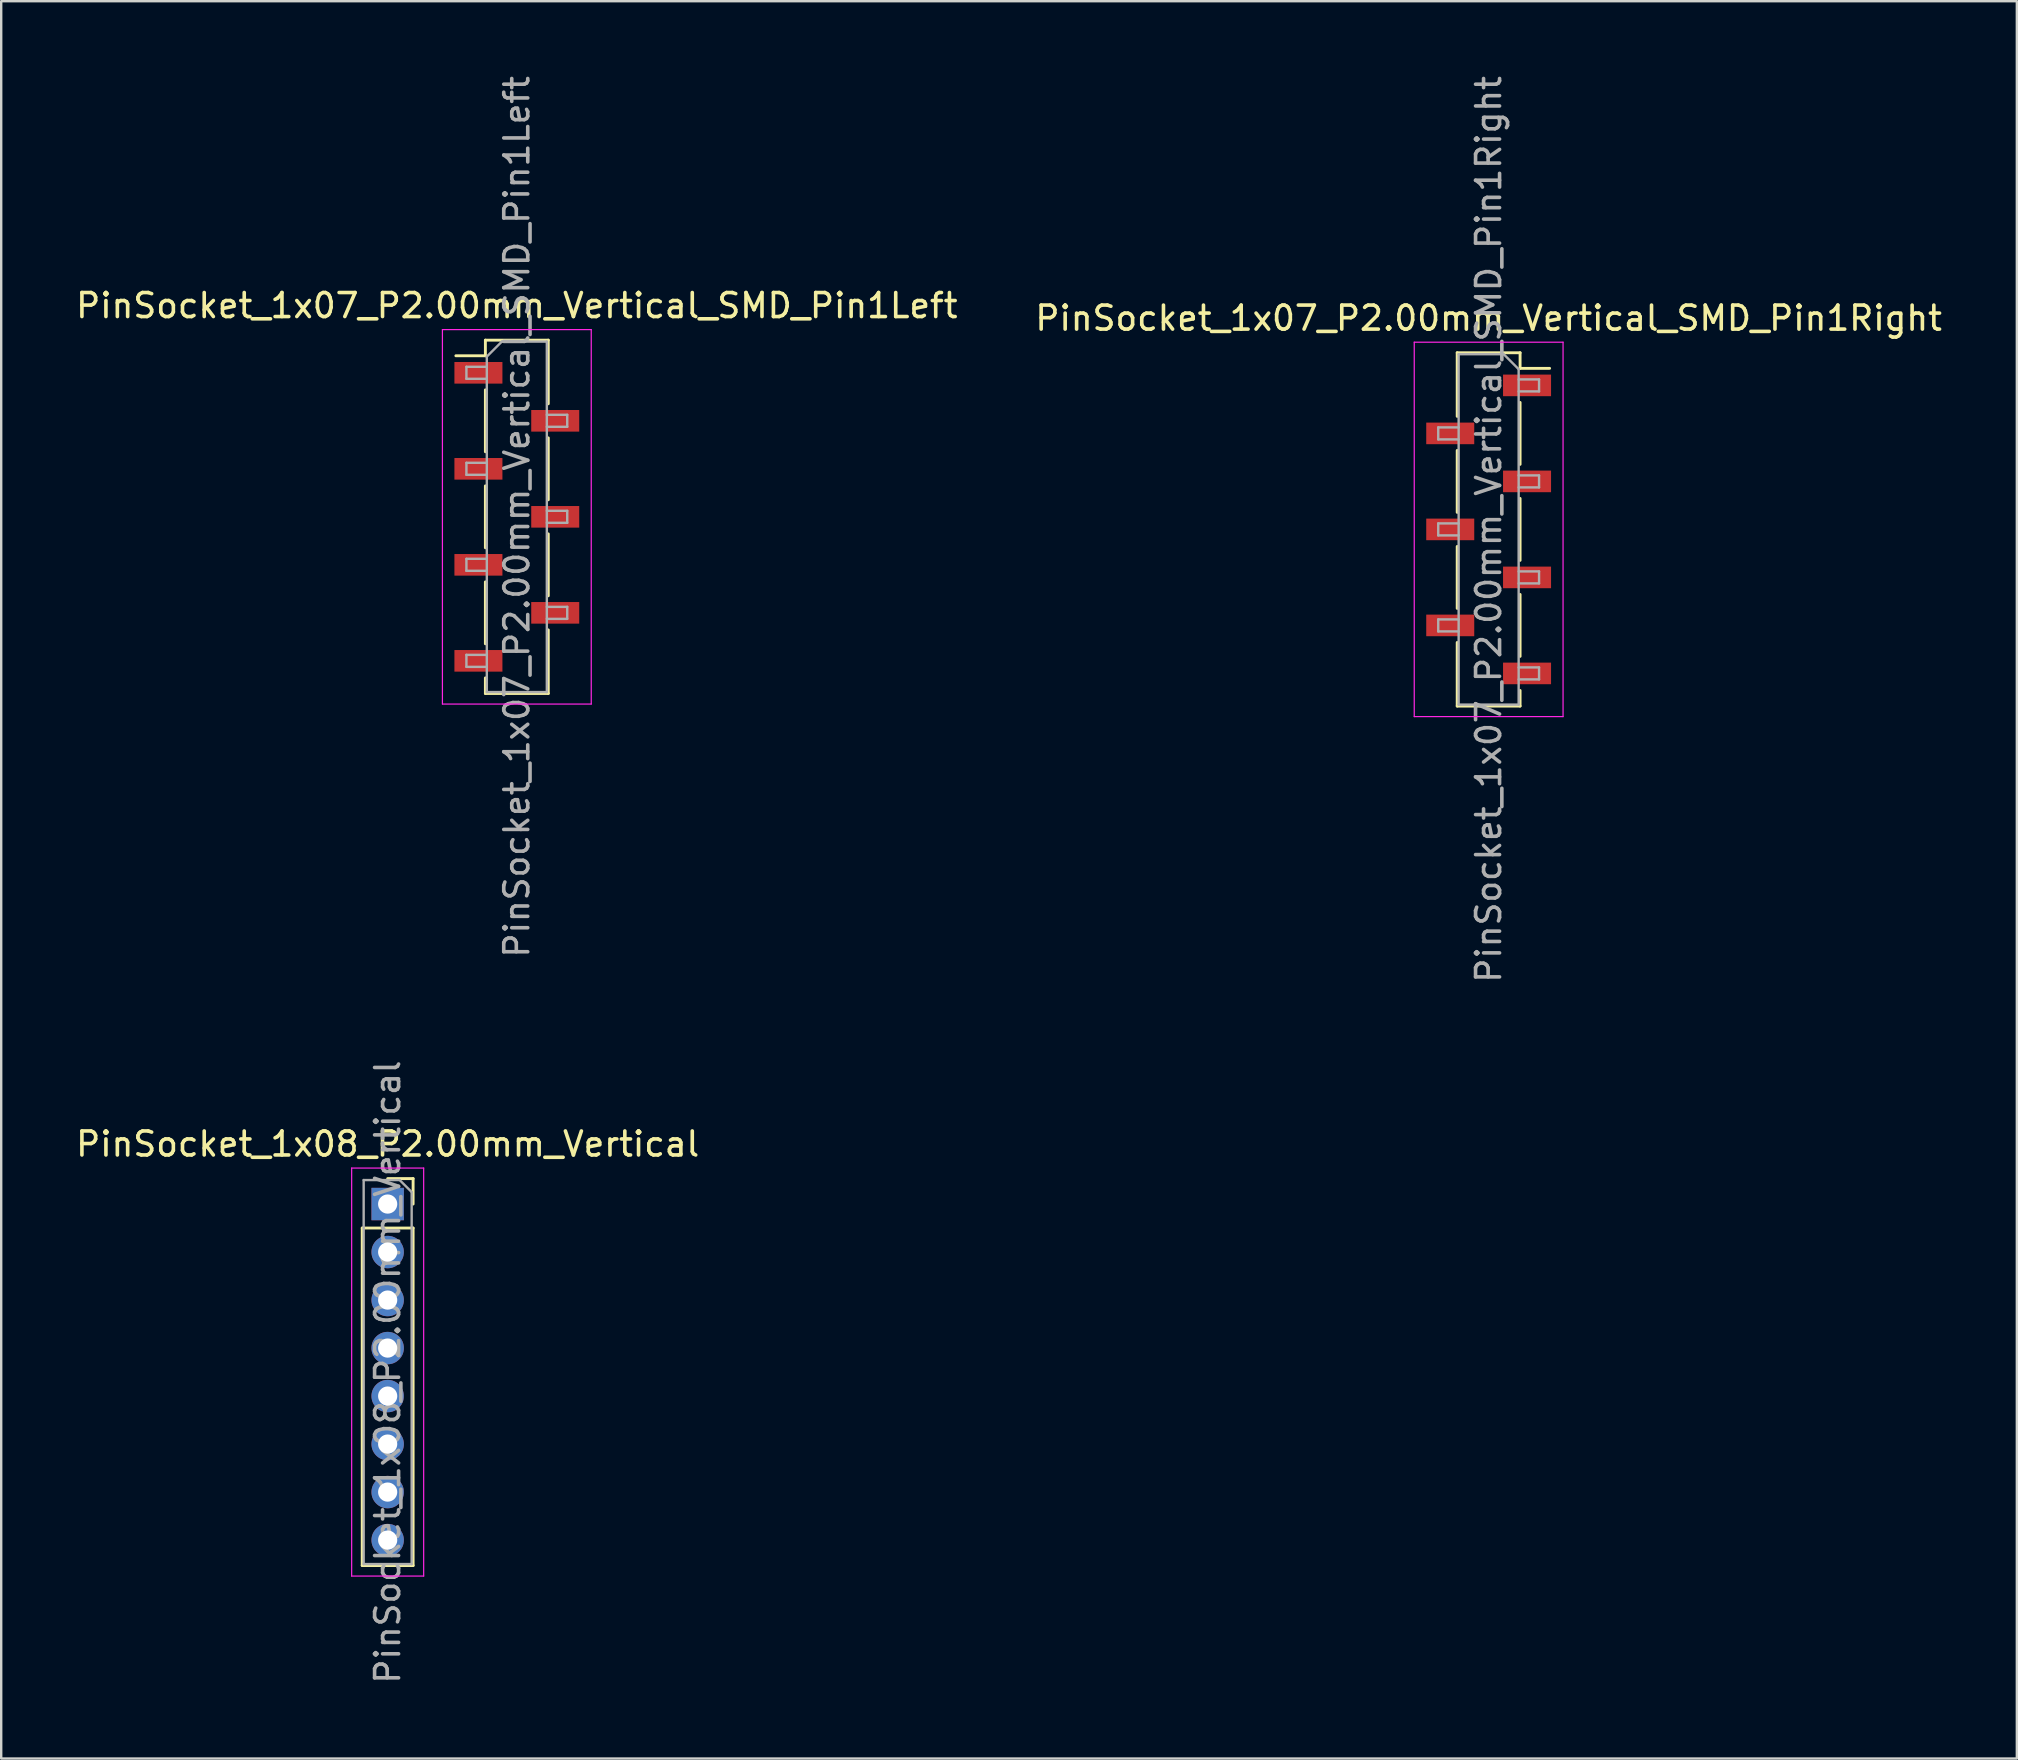
<source format=kicad_pcb>
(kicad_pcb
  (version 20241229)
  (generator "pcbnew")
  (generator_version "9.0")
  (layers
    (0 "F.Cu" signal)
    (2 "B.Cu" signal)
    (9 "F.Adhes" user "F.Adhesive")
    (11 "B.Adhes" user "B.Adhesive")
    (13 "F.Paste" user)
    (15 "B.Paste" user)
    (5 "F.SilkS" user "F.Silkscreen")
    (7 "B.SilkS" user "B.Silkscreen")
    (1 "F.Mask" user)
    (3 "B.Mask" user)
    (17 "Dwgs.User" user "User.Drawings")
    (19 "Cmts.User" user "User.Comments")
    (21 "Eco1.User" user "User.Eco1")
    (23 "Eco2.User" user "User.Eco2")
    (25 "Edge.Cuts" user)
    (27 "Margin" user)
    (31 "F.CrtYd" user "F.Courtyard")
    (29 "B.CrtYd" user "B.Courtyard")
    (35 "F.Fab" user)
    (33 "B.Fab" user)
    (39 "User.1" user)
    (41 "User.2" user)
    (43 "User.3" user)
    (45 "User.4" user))
  (footprint "PinSocket_1x07_P2.00mm_Vertical_SMD_Pin1Left"
    (layer "F.Cu")
    (at 18.482 18.482)
    (property "Reference" "PinSocket_1x07_P2.00mm_Vertical_SMD_Pin1Left" (at 0 -8.8 0) (layer "F.SilkS") (effects (font (size 1 1) (thickness 0.15))))
    (attr smd)
    (fp_line (start -2.54 -6.71) (end -1.31 -6.71) (stroke (width 0.12) (type solid)) (layer "F.SilkS"))
    (fp_line (start -1.31 -7.36) (end -1.31 -6.71) (stroke (width 0.12) (type solid)) (layer "F.SilkS"))
    (fp_line (start -1.31 -7.36) (end 1.31 -7.36) (stroke (width 0.12) (type solid)) (layer "F.SilkS"))
    (fp_line (start -1.31 -5.29) (end -1.31 -2.71) (stroke (width 0.12) (type solid)) (layer "F.SilkS"))
    (fp_line (start -1.31 -1.29) (end -1.31 1.29) (stroke (width 0.12) (type solid)) (layer "F.SilkS"))
    (fp_line (start -1.31 2.71) (end -1.31 5.29) (stroke (width 0.12) (type solid)) (layer "F.SilkS"))
    (fp_line (start -1.31 6.71) (end -1.31 7.36) (stroke (width 0.12) (type solid)) (layer "F.SilkS"))
    (fp_line (start -1.31 7.36) (end 1.31 7.36) (stroke (width 0.12) (type solid)) (layer "F.SilkS"))
    (fp_line (start 1.31 -7.36) (end 1.31 -4.71) (stroke (width 0.12) (type solid)) (layer "F.SilkS"))
    (fp_line (start 1.31 -3.29) (end 1.31 -0.71) (stroke (width 0.12) (type solid)) (layer "F.SilkS"))
    (fp_line (start 1.31 0.71) (end 1.31 3.29) (stroke (width 0.12) (type solid)) (layer "F.SilkS"))
    (fp_line (start 1.31 4.71) (end 1.31 7.36) (stroke (width 0.12) (type solid)) (layer "F.SilkS"))
    (fp_line (start -3.1 -7.8) (end 3.1 -7.8) (stroke (width 0.05) (type solid)) (layer "F.CrtYd"))
    (fp_line (start -3.1 7.8) (end -3.1 -7.8) (stroke (width 0.05) (type solid)) (layer "F.CrtYd"))
    (fp_line (start 3.1 -7.8) (end 3.1 7.8) (stroke (width 0.05) (type solid)) (layer "F.CrtYd"))
    (fp_line (start 3.1 7.8) (end -3.1 7.8) (stroke (width 0.05) (type solid)) (layer "F.CrtYd"))
    (fp_line (start -2.1 -6.25) (end -1.25 -6.25) (stroke (width 0.1) (type solid)) (layer "F.Fab"))
    (fp_line (start -2.1 -5.75) (end -2.1 -6.25) (stroke (width 0.1) (type solid)) (layer "F.Fab"))
    (fp_line (start -2.1 -2.25) (end -1.25 -2.25) (stroke (width 0.1) (type solid)) (layer "F.Fab"))
    (fp_line (start -2.1 -1.75) (end -2.1 -2.25) (stroke (width 0.1) (type solid)) (layer "F.Fab"))
    (fp_line (start -2.1 1.75) (end -1.25 1.75) (stroke (width 0.1) (type solid)) (layer "F.Fab"))
    (fp_line (start -2.1 2.25) (end -2.1 1.75) (stroke (width 0.1) (type solid)) (layer "F.Fab"))
    (fp_line (start -2.1 5.75) (end -1.25 5.75) (stroke (width 0.1) (type solid)) (layer "F.Fab"))
    (fp_line (start -2.1 6.25) (end -2.1 5.75) (stroke (width 0.1) (type solid)) (layer "F.Fab"))
    (fp_line (start -1.25 -6.675) (end -0.625 -7.3) (stroke (width 0.1) (type solid)) (layer "F.Fab"))
    (fp_line (start -1.25 -5.75) (end -2.1 -5.75) (stroke (width 0.1) (type solid)) (layer "F.Fab"))
    (fp_line (start -1.25 -1.75) (end -2.1 -1.75) (stroke (width 0.1) (type solid)) (layer "F.Fab"))
    (fp_line (start -1.25 2.25) (end -2.1 2.25) (stroke (width 0.1) (type solid)) (layer "F.Fab"))
    (fp_line (start -1.25 6.25) (end -2.1 6.25) (stroke (width 0.1) (type solid)) (layer "F.Fab"))
    (fp_line (start -1.25 7.3) (end -1.25 -6.675) (stroke (width 0.1) (type solid)) (layer "F.Fab"))
    (fp_line (start -0.625 -7.3) (end 1.25 -7.3) (stroke (width 0.1) (type solid)) (layer "F.Fab"))
    (fp_line (start 1.25 -7.3) (end 1.25 7.3) (stroke (width 0.1) (type solid)) (layer "F.Fab"))
    (fp_line (start 1.25 -4.25) (end 2.1 -4.25) (stroke (width 0.1) (type solid)) (layer "F.Fab"))
    (fp_line (start 1.25 -0.25) (end 2.1 -0.25) (stroke (width 0.1) (type solid)) (layer "F.Fab"))
    (fp_line (start 1.25 3.75) (end 2.1 3.75) (stroke (width 0.1) (type solid)) (layer "F.Fab"))
    (fp_line (start 1.25 7.3) (end -1.25 7.3) (stroke (width 0.1) (type solid)) (layer "F.Fab"))
    (fp_line (start 2.1 -4.25) (end 2.1 -3.75) (stroke (width 0.1) (type solid)) (layer "F.Fab"))
    (fp_line (start 2.1 -3.75) (end 1.25 -3.75) (stroke (width 0.1) (type solid)) (layer "F.Fab"))
    (fp_line (start 2.1 -0.25) (end 2.1 0.25) (stroke (width 0.1) (type solid)) (layer "F.Fab"))
    (fp_line (start 2.1 0.25) (end 1.25 0.25) (stroke (width 0.1) (type solid)) (layer "F.Fab"))
    (fp_line (start 2.1 3.75) (end 2.1 4.25) (stroke (width 0.1) (type solid)) (layer "F.Fab"))
    (fp_line (start 2.1 4.25) (end 1.25 4.25) (stroke (width 0.1) (type solid)) (layer "F.Fab"))
    (fp_text user "${REFERENCE}" (at 0 0 90) (layer "F.Fab") (effects (font (size 1 1) (thickness 0.15))))
    (pad "1" smd rect (at -1.6 -6) (size 2 0.9) (layers "F.Cu" "F.Mask" "F.Paste"))
    (pad "2" smd rect (at 1.6 -4) (size 2 0.9) (layers "F.Cu" "F.Mask" "F.Paste"))
    (pad "3" smd rect (at -1.6 -2) (size 2 0.9) (layers "F.Cu" "F.Mask" "F.Paste"))
    (pad "4" smd rect (at 1.6 0) (size 2 0.9) (layers "F.Cu" "F.Mask" "F.Paste"))
    (pad "5" smd rect (at -1.6 2) (size 2 0.9) (layers "F.Cu" "F.Mask" "F.Paste"))
    (pad "6" smd rect (at 1.6 4) (size 2 0.9) (layers "F.Cu" "F.Mask" "F.Paste"))
    (pad "7" smd rect (at -1.6 6) (size 2 0.9) (layers "F.Cu" "F.Mask" "F.Paste")))
  (footprint "PinSocket_1x08_P2.00mm_Vertical"
    (layer "F.Cu")
    (at 13.101 47.113)
    (property "Reference" "PinSocket_1x08_P2.00mm_Vertical" (at 0 -2.5 0) (layer "F.SilkS") (effects (font (size 1 1) (thickness 0.15))))
    (attr through_hole)
    (fp_line (start -1.06 1) (end -1.06 15.06) (stroke (width 0.12) (type solid)) (layer "F.SilkS"))
    (fp_line (start -1.06 1) (end 1.06 1) (stroke (width 0.12) (type solid)) (layer "F.SilkS"))
    (fp_line (start -1.06 15.06) (end 1.06 15.06) (stroke (width 0.12) (type solid)) (layer "F.SilkS"))
    (fp_line (start 0 -1.06) (end 1.06 -1.06) (stroke (width 0.12) (type solid)) (layer "F.SilkS"))
    (fp_line (start 1.06 -1.06) (end 1.06 0) (stroke (width 0.12) (type solid)) (layer "F.SilkS"))
    (fp_line (start 1.06 1) (end 1.06 15.06) (stroke (width 0.12) (type solid)) (layer "F.SilkS"))
    (fp_line (start -1.5 -1.5) (end 1.5 -1.5) (stroke (width 0.05) (type solid)) (layer "F.CrtYd"))
    (fp_line (start -1.5 15.5) (end -1.5 -1.5) (stroke (width 0.05) (type solid)) (layer "F.CrtYd"))
    (fp_line (start 1.5 -1.5) (end 1.5 15.5) (stroke (width 0.05) (type solid)) (layer "F.CrtYd"))
    (fp_line (start 1.5 15.5) (end -1.5 15.5) (stroke (width 0.05) (type solid)) (layer "F.CrtYd"))
    (fp_line (start -1 -1) (end 0.5 -1) (stroke (width 0.1) (type solid)) (layer "F.Fab"))
    (fp_line (start -1 15) (end -1 -1) (stroke (width 0.1) (type solid)) (layer "F.Fab"))
    (fp_line (start 0.5 -1) (end 1 -0.5) (stroke (width 0.1) (type solid)) (layer "F.Fab"))
    (fp_line (start 1 -0.5) (end 1 15) (stroke (width 0.1) (type solid)) (layer "F.Fab"))
    (fp_line (start 1 15) (end -1 15) (stroke (width 0.1) (type solid)) (layer "F.Fab"))
    (fp_text user "${REFERENCE}" (at 0 7 90) (layer "F.Fab") (effects (font (size 1 1) (thickness 0.15))))
    (pad "1" thru_hole rect (at 0 0) (size 1.35 1.35) (drill 0.8) (layers "*.Cu" "*.Mask"))
    (pad "2" thru_hole oval (at 0 2) (size 1.35 1.35) (drill 0.8) (layers "*.Cu" "*.Mask"))
    (pad "3" thru_hole oval (at 0 4) (size 1.35 1.35) (drill 0.8) (layers "*.Cu" "*.Mask"))
    (pad "4" thru_hole oval (at 0 6) (size 1.35 1.35) (drill 0.8) (layers "*.Cu" "*.Mask"))
    (pad "5" thru_hole oval (at 0 8) (size 1.35 1.35) (drill 0.8) (layers "*.Cu" "*.Mask"))
    (pad "6" thru_hole oval (at 0 10) (size 1.35 1.35) (drill 0.8) (layers "*.Cu" "*.Mask"))
    (pad "7" thru_hole oval (at 0 12) (size 1.35 1.35) (drill 0.8) (layers "*.Cu" "*.Mask"))
    (pad "8" thru_hole oval (at 0 14) (size 1.35 1.35) (drill 0.8) (layers "*.Cu" "*.Mask")))
  (footprint "PinSocket_1x07_P2.00mm_Vertical_SMD_Pin1Right"
    (layer "F.Cu")
    (at 58.97 19.006)
    (property "Reference" "PinSocket_1x07_P2.00mm_Vertical_SMD_Pin1Right" (at 0 -8.8 0) (layer "F.SilkS") (effects (font (size 1 1) (thickness 0.15))))
    (attr smd)
    (fp_line (start -1.31 -7.36) (end -1.31 -4.71) (stroke (width 0.12) (type solid)) (layer "F.SilkS"))
    (fp_line (start -1.31 -7.36) (end 1.31 -7.36) (stroke (width 0.12) (type solid)) (layer "F.SilkS"))
    (fp_line (start -1.31 -3.29) (end -1.31 -0.71) (stroke (width 0.12) (type solid)) (layer "F.SilkS"))
    (fp_line (start -1.31 0.71) (end -1.31 3.29) (stroke (width 0.12) (type solid)) (layer "F.SilkS"))
    (fp_line (start -1.31 4.71) (end -1.31 7.36) (stroke (width 0.12) (type solid)) (layer "F.SilkS"))
    (fp_line (start -1.31 7.36) (end 1.31 7.36) (stroke (width 0.12) (type solid)) (layer "F.SilkS"))
    (fp_line (start 1.31 -7.36) (end 1.31 -6.71) (stroke (width 0.12) (type solid)) (layer "F.SilkS"))
    (fp_line (start 1.31 -6.71) (end 2.54 -6.71) (stroke (width 0.12) (type solid)) (layer "F.SilkS"))
    (fp_line (start 1.31 -5.29) (end 1.31 -2.71) (stroke (width 0.12) (type solid)) (layer "F.SilkS"))
    (fp_line (start 1.31 -1.29) (end 1.31 1.29) (stroke (width 0.12) (type solid)) (layer "F.SilkS"))
    (fp_line (start 1.31 2.71) (end 1.31 5.29) (stroke (width 0.12) (type solid)) (layer "F.SilkS"))
    (fp_line (start 1.31 6.71) (end 1.31 7.36) (stroke (width 0.12) (type solid)) (layer "F.SilkS"))
    (fp_line (start -3.1 -7.8) (end 3.1 -7.8) (stroke (width 0.05) (type solid)) (layer "F.CrtYd"))
    (fp_line (start -3.1 7.8) (end -3.1 -7.8) (stroke (width 0.05) (type solid)) (layer "F.CrtYd"))
    (fp_line (start 3.1 -7.8) (end 3.1 7.8) (stroke (width 0.05) (type solid)) (layer "F.CrtYd"))
    (fp_line (start 3.1 7.8) (end -3.1 7.8) (stroke (width 0.05) (type solid)) (layer "F.CrtYd"))
    (fp_line (start -2.1 -4.25) (end -1.25 -4.25) (stroke (width 0.1) (type solid)) (layer "F.Fab"))
    (fp_line (start -2.1 -3.75) (end -2.1 -4.25) (stroke (width 0.1) (type solid)) (layer "F.Fab"))
    (fp_line (start -2.1 -0.25) (end -1.25 -0.25) (stroke (width 0.1) (type solid)) (layer "F.Fab"))
    (fp_line (start -2.1 0.25) (end -2.1 -0.25) (stroke (width 0.1) (type solid)) (layer "F.Fab"))
    (fp_line (start -2.1 3.75) (end -1.25 3.75) (stroke (width 0.1) (type solid)) (layer "F.Fab"))
    (fp_line (start -2.1 4.25) (end -2.1 3.75) (stroke (width 0.1) (type solid)) (layer "F.Fab"))
    (fp_line (start -1.25 -7.3) (end 0.625 -7.3) (stroke (width 0.1) (type solid)) (layer "F.Fab"))
    (fp_line (start -1.25 -3.75) (end -2.1 -3.75) (stroke (width 0.1) (type solid)) (layer "F.Fab"))
    (fp_line (start -1.25 0.25) (end -2.1 0.25) (stroke (width 0.1) (type solid)) (layer "F.Fab"))
    (fp_line (start -1.25 4.25) (end -2.1 4.25) (stroke (width 0.1) (type solid)) (layer "F.Fab"))
    (fp_line (start -1.25 7.3) (end -1.25 -7.3) (stroke (width 0.1) (type solid)) (layer "F.Fab"))
    (fp_line (start 0.625 -7.3) (end 1.25 -6.675) (stroke (width 0.1) (type solid)) (layer "F.Fab"))
    (fp_line (start 1.25 -6.675) (end 1.25 7.3) (stroke (width 0.1) (type solid)) (layer "F.Fab"))
    (fp_line (start 1.25 -6.25) (end 2.1 -6.25) (stroke (width 0.1) (type solid)) (layer "F.Fab"))
    (fp_line (start 1.25 -2.25) (end 2.1 -2.25) (stroke (width 0.1) (type solid)) (layer "F.Fab"))
    (fp_line (start 1.25 1.75) (end 2.1 1.75) (stroke (width 0.1) (type solid)) (layer "F.Fab"))
    (fp_line (start 1.25 5.75) (end 2.1 5.75) (stroke (width 0.1) (type solid)) (layer "F.Fab"))
    (fp_line (start 1.25 7.3) (end -1.25 7.3) (stroke (width 0.1) (type solid)) (layer "F.Fab"))
    (fp_line (start 2.1 -6.25) (end 2.1 -5.75) (stroke (width 0.1) (type solid)) (layer "F.Fab"))
    (fp_line (start 2.1 -5.75) (end 1.25 -5.75) (stroke (width 0.1) (type solid)) (layer "F.Fab"))
    (fp_line (start 2.1 -2.25) (end 2.1 -1.75) (stroke (width 0.1) (type solid)) (layer "F.Fab"))
    (fp_line (start 2.1 -1.75) (end 1.25 -1.75) (stroke (width 0.1) (type solid)) (layer "F.Fab"))
    (fp_line (start 2.1 1.75) (end 2.1 2.25) (stroke (width 0.1) (type solid)) (layer "F.Fab"))
    (fp_line (start 2.1 2.25) (end 1.25 2.25) (stroke (width 0.1) (type solid)) (layer "F.Fab"))
    (fp_line (start 2.1 5.75) (end 2.1 6.25) (stroke (width 0.1) (type solid)) (layer "F.Fab"))
    (fp_line (start 2.1 6.25) (end 1.25 6.25) (stroke (width 0.1) (type solid)) (layer "F.Fab"))
    (fp_text user "${REFERENCE}" (at 0 0 90) (layer "F.Fab") (effects (font (size 1 1) (thickness 0.15))))
    (pad "1" smd rect (at 1.6 -6) (size 2 0.9) (layers "F.Cu" "F.Mask" "F.Paste"))
    (pad "2" smd rect (at -1.6 -4) (size 2 0.9) (layers "F.Cu" "F.Mask" "F.Paste"))
    (pad "3" smd rect (at 1.6 -2) (size 2 0.9) (layers "F.Cu" "F.Mask" "F.Paste"))
    (pad "4" smd rect (at -1.6 0) (size 2 0.9) (layers "F.Cu" "F.Mask" "F.Paste"))
    (pad "5" smd rect (at 1.6 2) (size 2 0.9) (layers "F.Cu" "F.Mask" "F.Paste"))
    (pad "6" smd rect (at -1.6 4) (size 2 0.9) (layers "F.Cu" "F.Mask" "F.Paste"))
    (pad "7" smd rect (at 1.6 6) (size 2 0.9) (layers "F.Cu" "F.Mask" "F.Paste")))
  (gr_rect
    (start -3 -3)
    (end 80.976 70.214)
    (stroke (width 0.1) (type default))
    (fill no)
    (layer "Edge.Cuts")))
</source>
